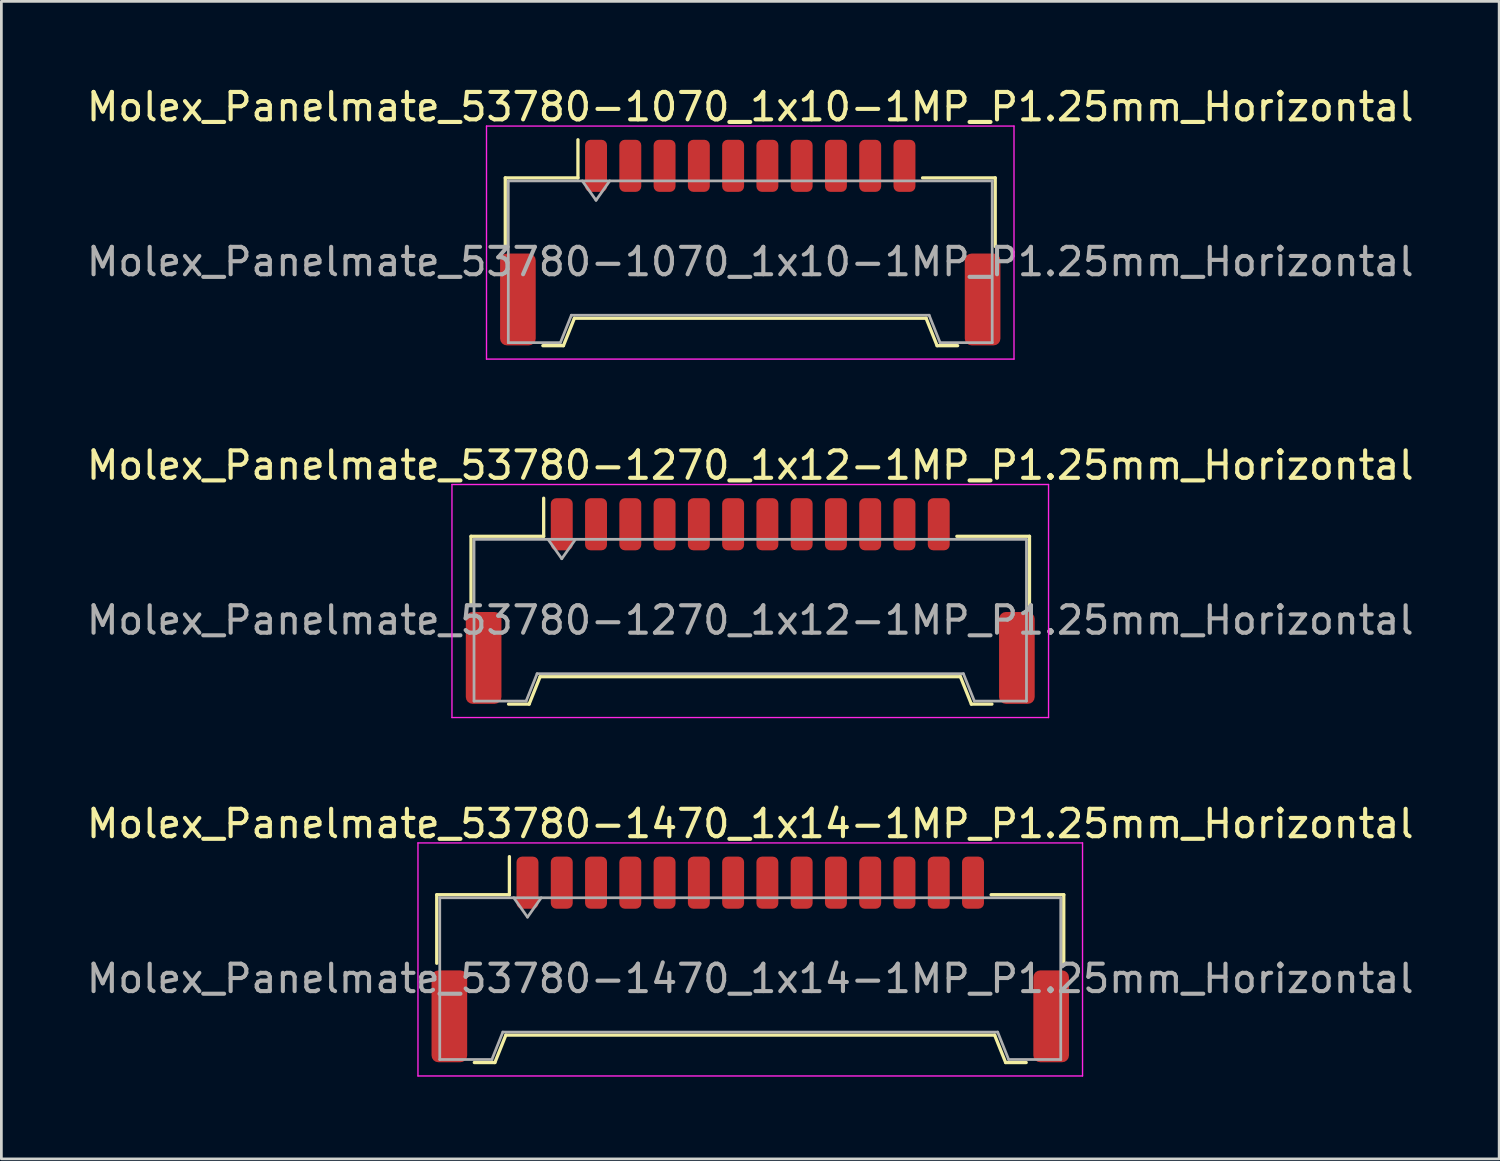
<source format=kicad_pcb>
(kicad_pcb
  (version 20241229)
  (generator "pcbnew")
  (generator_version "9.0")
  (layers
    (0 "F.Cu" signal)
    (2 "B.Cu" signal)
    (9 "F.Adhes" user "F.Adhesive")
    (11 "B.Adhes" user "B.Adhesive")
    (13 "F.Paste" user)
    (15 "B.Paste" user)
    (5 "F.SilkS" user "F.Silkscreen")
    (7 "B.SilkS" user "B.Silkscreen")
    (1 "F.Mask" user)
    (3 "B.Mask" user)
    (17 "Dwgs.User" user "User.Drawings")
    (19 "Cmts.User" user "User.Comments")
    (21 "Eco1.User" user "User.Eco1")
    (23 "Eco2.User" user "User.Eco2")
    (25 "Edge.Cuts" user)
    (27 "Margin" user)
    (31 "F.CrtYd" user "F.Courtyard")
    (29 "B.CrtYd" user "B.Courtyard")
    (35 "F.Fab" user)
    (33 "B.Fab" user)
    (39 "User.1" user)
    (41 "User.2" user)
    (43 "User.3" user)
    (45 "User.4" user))
  (footprint "Molex_Panelmate_53780-1470_1x14-1MP_P1.25mm_Horizontal"
    (layer "F.Cu")
    (at 24.315 31.945)
    (property "Reference" "Molex_Panelmate_53780-1470_1x14-1MP_P1.25mm_Horizontal" (at 0 -4.95 0) (layer "F.SilkS") (effects (font (size 1 1) (thickness 0.15))))
    (attr smd)
    (fp_line (start -11.435 -2.36) (end -8.785 -2.36) (stroke (width 0.12) (type solid)) (layer "F.SilkS"))
    (fp_line (start -11.435 0.14) (end -11.435 -2.36) (stroke (width 0.12) (type solid)) (layer "F.SilkS"))
    (fp_line (start -10.065 3.76) (end -9.315 3.76) (stroke (width 0.12) (type solid)) (layer "F.SilkS"))
    (fp_line (start -9.315 3.76) (end -8.915 2.76) (stroke (width 0.12) (type solid)) (layer "F.SilkS"))
    (fp_line (start -8.915 2.76) (end 8.915 2.76) (stroke (width 0.12) (type solid)) (layer "F.SilkS"))
    (fp_line (start -8.785 -2.36) (end -8.785 -3.75) (stroke (width 0.12) (type solid)) (layer "F.SilkS"))
    (fp_line (start 8.915 2.76) (end 9.315 3.76) (stroke (width 0.12) (type solid)) (layer "F.SilkS"))
    (fp_line (start 9.315 3.76) (end 10.065 3.76) (stroke (width 0.12) (type solid)) (layer "F.SilkS"))
    (fp_line (start 11.435 -2.36) (end 8.785 -2.36) (stroke (width 0.12) (type solid)) (layer "F.SilkS"))
    (fp_line (start 11.435 0.14) (end 11.435 -2.36) (stroke (width 0.12) (type solid)) (layer "F.SilkS"))
    (fp_line (start -12.12 -4.25) (end -12.12 4.25) (stroke (width 0.05) (type solid)) (layer "F.CrtYd"))
    (fp_line (start -12.12 4.25) (end 12.12 4.25) (stroke (width 0.05) (type solid)) (layer "F.CrtYd"))
    (fp_line (start 12.12 -4.25) (end -12.12 -4.25) (stroke (width 0.05) (type solid)) (layer "F.CrtYd"))
    (fp_line (start 12.12 4.25) (end 12.12 -4.25) (stroke (width 0.05) (type solid)) (layer "F.CrtYd"))
    (fp_line (start -11.325 -2.25) (end -11.325 3.65) (stroke (width 0.1) (type solid)) (layer "F.Fab"))
    (fp_line (start -11.325 -2.25) (end 11.325 -2.25) (stroke (width 0.1) (type solid)) (layer "F.Fab"))
    (fp_line (start -11.325 3.65) (end -9.425 3.65) (stroke (width 0.1) (type solid)) (layer "F.Fab"))
    (fp_line (start -9.425 3.65) (end -9.025 2.65) (stroke (width 0.1) (type solid)) (layer "F.Fab"))
    (fp_line (start -9.025 2.65) (end 9.025 2.65) (stroke (width 0.1) (type solid)) (layer "F.Fab"))
    (fp_line (start -8.625 -2.25) (end -8.125 -1.543) (stroke (width 0.1) (type solid)) (layer "F.Fab"))
    (fp_line (start -8.125 -1.543) (end -7.625 -2.25) (stroke (width 0.1) (type solid)) (layer "F.Fab"))
    (fp_line (start 9.025 2.65) (end 9.425 3.65) (stroke (width 0.1) (type solid)) (layer "F.Fab"))
    (fp_line (start 9.425 3.65) (end 11.325 3.65) (stroke (width 0.1) (type solid)) (layer "F.Fab"))
    (fp_line (start 11.325 -2.25) (end 11.325 3.65) (stroke (width 0.1) (type solid)) (layer "F.Fab"))
    (fp_text user "${REFERENCE}" (at 0 0.7 0) (layer "F.Fab") (effects (font (size 1 1) (thickness 0.15))))
    (pad "1" smd roundrect (at -8.125 -2.8) (size 0.8 1.9) (layers "F.Cu" "F.Mask" "F.Paste") (roundrect_rratio 0.25))
    (pad "2" smd roundrect (at -6.875 -2.8) (size 0.8 1.9) (layers "F.Cu" "F.Mask" "F.Paste") (roundrect_rratio 0.25))
    (pad "3" smd roundrect (at -5.625 -2.8) (size 0.8 1.9) (layers "F.Cu" "F.Mask" "F.Paste") (roundrect_rratio 0.25))
    (pad "4" smd roundrect (at -4.375 -2.8) (size 0.8 1.9) (layers "F.Cu" "F.Mask" "F.Paste") (roundrect_rratio 0.25))
    (pad "5" smd roundrect (at -3.125 -2.8) (size 0.8 1.9) (layers "F.Cu" "F.Mask" "F.Paste") (roundrect_rratio 0.25))
    (pad "6" smd roundrect (at -1.875 -2.8) (size 0.8 1.9) (layers "F.Cu" "F.Mask" "F.Paste") (roundrect_rratio 0.25))
    (pad "7" smd roundrect (at -0.625 -2.8) (size 0.8 1.9) (layers "F.Cu" "F.Mask" "F.Paste") (roundrect_rratio 0.25))
    (pad "8" smd roundrect (at 0.625 -2.8) (size 0.8 1.9) (layers "F.Cu" "F.Mask" "F.Paste") (roundrect_rratio 0.25))
    (pad "9" smd roundrect (at 1.875 -2.8) (size 0.8 1.9) (layers "F.Cu" "F.Mask" "F.Paste") (roundrect_rratio 0.25))
    (pad "10" smd roundrect (at 3.125 -2.8) (size 0.8 1.9) (layers "F.Cu" "F.Mask" "F.Paste") (roundrect_rratio 0.25))
    (pad "11" smd roundrect (at 4.375 -2.8) (size 0.8 1.9) (layers "F.Cu" "F.Mask" "F.Paste") (roundrect_rratio 0.25))
    (pad "12" smd roundrect (at 5.625 -2.8) (size 0.8 1.9) (layers "F.Cu" "F.Mask" "F.Paste") (roundrect_rratio 0.25))
    (pad "13" smd roundrect (at 6.875 -2.8) (size 0.8 1.9) (layers "F.Cu" "F.Mask" "F.Paste") (roundrect_rratio 0.25))
    (pad "14" smd roundrect (at 8.125 -2.8) (size 0.8 1.9) (layers "F.Cu" "F.Mask" "F.Paste") (roundrect_rratio 0.25))
    (pad "MP" smd roundrect (at -10.975 2.075) (size 1.3 3.35) (layers "F.Cu" "F.Mask" "F.Paste") (roundrect_rratio 0.192))
    (pad "MP" smd roundrect (at 10.975 2.075) (size 1.3 3.35) (layers "F.Cu" "F.Mask" "F.Paste") (roundrect_rratio 0.192)))
  (footprint "Molex_Panelmate_53780-1070_1x10-1MP_P1.25mm_Horizontal"
    (layer "F.Cu")
    (at 24.315 5.798)
    (property "Reference" "Molex_Panelmate_53780-1070_1x10-1MP_P1.25mm_Horizontal" (at 0 -4.95 0) (layer "F.SilkS") (effects (font (size 1 1) (thickness 0.15))))
    (attr smd)
    (fp_line (start -8.935 -2.36) (end -6.285 -2.36) (stroke (width 0.12) (type solid)) (layer "F.SilkS"))
    (fp_line (start -8.935 0.14) (end -8.935 -2.36) (stroke (width 0.12) (type solid)) (layer "F.SilkS"))
    (fp_line (start -7.565 3.76) (end -6.815 3.76) (stroke (width 0.12) (type solid)) (layer "F.SilkS"))
    (fp_line (start -6.815 3.76) (end -6.415 2.76) (stroke (width 0.12) (type solid)) (layer "F.SilkS"))
    (fp_line (start -6.415 2.76) (end 6.415 2.76) (stroke (width 0.12) (type solid)) (layer "F.SilkS"))
    (fp_line (start -6.285 -2.36) (end -6.285 -3.75) (stroke (width 0.12) (type solid)) (layer "F.SilkS"))
    (fp_line (start 6.415 2.76) (end 6.815 3.76) (stroke (width 0.12) (type solid)) (layer "F.SilkS"))
    (fp_line (start 6.815 3.76) (end 7.565 3.76) (stroke (width 0.12) (type solid)) (layer "F.SilkS"))
    (fp_line (start 8.935 -2.36) (end 6.285 -2.36) (stroke (width 0.12) (type solid)) (layer "F.SilkS"))
    (fp_line (start 8.935 0.14) (end 8.935 -2.36) (stroke (width 0.12) (type solid)) (layer "F.SilkS"))
    (fp_line (start -9.62 -4.25) (end -9.62 4.25) (stroke (width 0.05) (type solid)) (layer "F.CrtYd"))
    (fp_line (start -9.62 4.25) (end 9.62 4.25) (stroke (width 0.05) (type solid)) (layer "F.CrtYd"))
    (fp_line (start 9.62 -4.25) (end -9.62 -4.25) (stroke (width 0.05) (type solid)) (layer "F.CrtYd"))
    (fp_line (start 9.62 4.25) (end 9.62 -4.25) (stroke (width 0.05) (type solid)) (layer "F.CrtYd"))
    (fp_line (start -8.825 -2.25) (end -8.825 3.65) (stroke (width 0.1) (type solid)) (layer "F.Fab"))
    (fp_line (start -8.825 -2.25) (end 8.825 -2.25) (stroke (width 0.1) (type solid)) (layer "F.Fab"))
    (fp_line (start -8.825 3.65) (end -6.925 3.65) (stroke (width 0.1) (type solid)) (layer "F.Fab"))
    (fp_line (start -6.925 3.65) (end -6.525 2.65) (stroke (width 0.1) (type solid)) (layer "F.Fab"))
    (fp_line (start -6.525 2.65) (end 6.525 2.65) (stroke (width 0.1) (type solid)) (layer "F.Fab"))
    (fp_line (start -6.125 -2.25) (end -5.625 -1.543) (stroke (width 0.1) (type solid)) (layer "F.Fab"))
    (fp_line (start -5.625 -1.543) (end -5.125 -2.25) (stroke (width 0.1) (type solid)) (layer "F.Fab"))
    (fp_line (start 6.525 2.65) (end 6.925 3.65) (stroke (width 0.1) (type solid)) (layer "F.Fab"))
    (fp_line (start 6.925 3.65) (end 8.825 3.65) (stroke (width 0.1) (type solid)) (layer "F.Fab"))
    (fp_line (start 8.825 -2.25) (end 8.825 3.65) (stroke (width 0.1) (type solid)) (layer "F.Fab"))
    (fp_text user "${REFERENCE}" (at 0 0.7 0) (layer "F.Fab") (effects (font (size 1 1) (thickness 0.15))))
    (pad "1" smd roundrect (at -5.625 -2.8) (size 0.8 1.9) (layers "F.Cu" "F.Mask" "F.Paste") (roundrect_rratio 0.25))
    (pad "2" smd roundrect (at -4.375 -2.8) (size 0.8 1.9) (layers "F.Cu" "F.Mask" "F.Paste") (roundrect_rratio 0.25))
    (pad "3" smd roundrect (at -3.125 -2.8) (size 0.8 1.9) (layers "F.Cu" "F.Mask" "F.Paste") (roundrect_rratio 0.25))
    (pad "4" smd roundrect (at -1.875 -2.8) (size 0.8 1.9) (layers "F.Cu" "F.Mask" "F.Paste") (roundrect_rratio 0.25))
    (pad "5" smd roundrect (at -0.625 -2.8) (size 0.8 1.9) (layers "F.Cu" "F.Mask" "F.Paste") (roundrect_rratio 0.25))
    (pad "6" smd roundrect (at 0.625 -2.8) (size 0.8 1.9) (layers "F.Cu" "F.Mask" "F.Paste") (roundrect_rratio 0.25))
    (pad "7" smd roundrect (at 1.875 -2.8) (size 0.8 1.9) (layers "F.Cu" "F.Mask" "F.Paste") (roundrect_rratio 0.25))
    (pad "8" smd roundrect (at 3.125 -2.8) (size 0.8 1.9) (layers "F.Cu" "F.Mask" "F.Paste") (roundrect_rratio 0.25))
    (pad "9" smd roundrect (at 4.375 -2.8) (size 0.8 1.9) (layers "F.Cu" "F.Mask" "F.Paste") (roundrect_rratio 0.25))
    (pad "10" smd roundrect (at 5.625 -2.8) (size 0.8 1.9) (layers "F.Cu" "F.Mask" "F.Paste") (roundrect_rratio 0.25))
    (pad "MP" smd roundrect (at -8.475 2.075) (size 1.3 3.35) (layers "F.Cu" "F.Mask" "F.Paste") (roundrect_rratio 0.192))
    (pad "MP" smd roundrect (at 8.475 2.075) (size 1.3 3.35) (layers "F.Cu" "F.Mask" "F.Paste") (roundrect_rratio 0.192)))
  (footprint "Molex_Panelmate_53780-1270_1x12-1MP_P1.25mm_Horizontal"
    (layer "F.Cu")
    (at 24.315 18.872)
    (property "Reference" "Molex_Panelmate_53780-1270_1x12-1MP_P1.25mm_Horizontal" (at 0 -4.95 0) (layer "F.SilkS") (effects (font (size 1 1) (thickness 0.15))))
    (attr smd)
    (fp_line (start -10.185 -2.36) (end -7.535 -2.36) (stroke (width 0.12) (type solid)) (layer "F.SilkS"))
    (fp_line (start -10.185 0.14) (end -10.185 -2.36) (stroke (width 0.12) (type solid)) (layer "F.SilkS"))
    (fp_line (start -8.815 3.76) (end -8.065 3.76) (stroke (width 0.12) (type solid)) (layer "F.SilkS"))
    (fp_line (start -8.065 3.76) (end -7.665 2.76) (stroke (width 0.12) (type solid)) (layer "F.SilkS"))
    (fp_line (start -7.665 2.76) (end 7.665 2.76) (stroke (width 0.12) (type solid)) (layer "F.SilkS"))
    (fp_line (start -7.535 -2.36) (end -7.535 -3.75) (stroke (width 0.12) (type solid)) (layer "F.SilkS"))
    (fp_line (start 7.665 2.76) (end 8.065 3.76) (stroke (width 0.12) (type solid)) (layer "F.SilkS"))
    (fp_line (start 8.065 3.76) (end 8.815 3.76) (stroke (width 0.12) (type solid)) (layer "F.SilkS"))
    (fp_line (start 10.185 -2.36) (end 7.535 -2.36) (stroke (width 0.12) (type solid)) (layer "F.SilkS"))
    (fp_line (start 10.185 0.14) (end 10.185 -2.36) (stroke (width 0.12) (type solid)) (layer "F.SilkS"))
    (fp_line (start -10.88 -4.25) (end -10.88 4.25) (stroke (width 0.05) (type solid)) (layer "F.CrtYd"))
    (fp_line (start -10.88 4.25) (end 10.88 4.25) (stroke (width 0.05) (type solid)) (layer "F.CrtYd"))
    (fp_line (start 10.88 -4.25) (end -10.88 -4.25) (stroke (width 0.05) (type solid)) (layer "F.CrtYd"))
    (fp_line (start 10.88 4.25) (end 10.88 -4.25) (stroke (width 0.05) (type solid)) (layer "F.CrtYd"))
    (fp_line (start -10.075 -2.25) (end -10.075 3.65) (stroke (width 0.1) (type solid)) (layer "F.Fab"))
    (fp_line (start -10.075 -2.25) (end 10.075 -2.25) (stroke (width 0.1) (type solid)) (layer "F.Fab"))
    (fp_line (start -10.075 3.65) (end -8.175 3.65) (stroke (width 0.1) (type solid)) (layer "F.Fab"))
    (fp_line (start -8.175 3.65) (end -7.775 2.65) (stroke (width 0.1) (type solid)) (layer "F.Fab"))
    (fp_line (start -7.775 2.65) (end 7.775 2.65) (stroke (width 0.1) (type solid)) (layer "F.Fab"))
    (fp_line (start -7.375 -2.25) (end -6.875 -1.543) (stroke (width 0.1) (type solid)) (layer "F.Fab"))
    (fp_line (start -6.875 -1.543) (end -6.375 -2.25) (stroke (width 0.1) (type solid)) (layer "F.Fab"))
    (fp_line (start 7.775 2.65) (end 8.175 3.65) (stroke (width 0.1) (type solid)) (layer "F.Fab"))
    (fp_line (start 8.175 3.65) (end 10.075 3.65) (stroke (width 0.1) (type solid)) (layer "F.Fab"))
    (fp_line (start 10.075 -2.25) (end 10.075 3.65) (stroke (width 0.1) (type solid)) (layer "F.Fab"))
    (fp_text user "${REFERENCE}" (at 0 0.7 0) (layer "F.Fab") (effects (font (size 1 1) (thickness 0.15))))
    (pad "1" smd roundrect (at -6.875 -2.8) (size 0.8 1.9) (layers "F.Cu" "F.Mask" "F.Paste") (roundrect_rratio 0.25))
    (pad "2" smd roundrect (at -5.625 -2.8) (size 0.8 1.9) (layers "F.Cu" "F.Mask" "F.Paste") (roundrect_rratio 0.25))
    (pad "3" smd roundrect (at -4.375 -2.8) (size 0.8 1.9) (layers "F.Cu" "F.Mask" "F.Paste") (roundrect_rratio 0.25))
    (pad "4" smd roundrect (at -3.125 -2.8) (size 0.8 1.9) (layers "F.Cu" "F.Mask" "F.Paste") (roundrect_rratio 0.25))
    (pad "5" smd roundrect (at -1.875 -2.8) (size 0.8 1.9) (layers "F.Cu" "F.Mask" "F.Paste") (roundrect_rratio 0.25))
    (pad "6" smd roundrect (at -0.625 -2.8) (size 0.8 1.9) (layers "F.Cu" "F.Mask" "F.Paste") (roundrect_rratio 0.25))
    (pad "7" smd roundrect (at 0.625 -2.8) (size 0.8 1.9) (layers "F.Cu" "F.Mask" "F.Paste") (roundrect_rratio 0.25))
    (pad "8" smd roundrect (at 1.875 -2.8) (size 0.8 1.9) (layers "F.Cu" "F.Mask" "F.Paste") (roundrect_rratio 0.25))
    (pad "9" smd roundrect (at 3.125 -2.8) (size 0.8 1.9) (layers "F.Cu" "F.Mask" "F.Paste") (roundrect_rratio 0.25))
    (pad "10" smd roundrect (at 4.375 -2.8) (size 0.8 1.9) (layers "F.Cu" "F.Mask" "F.Paste") (roundrect_rratio 0.25))
    (pad "11" smd roundrect (at 5.625 -2.8) (size 0.8 1.9) (layers "F.Cu" "F.Mask" "F.Paste") (roundrect_rratio 0.25))
    (pad "12" smd roundrect (at 6.875 -2.8) (size 0.8 1.9) (layers "F.Cu" "F.Mask" "F.Paste") (roundrect_rratio 0.25))
    (pad "MP" smd roundrect (at -9.725 2.075) (size 1.3 3.35) (layers "F.Cu" "F.Mask" "F.Paste") (roundrect_rratio 0.192))
    (pad "MP" smd roundrect (at 9.725 2.075) (size 1.3 3.35) (layers "F.Cu" "F.Mask" "F.Paste") (roundrect_rratio 0.192)))
  (gr_rect
    (start -3 -3)
    (end 51.631 39.22)
    (stroke (width 0.1) (type default))
    (fill no)
    (layer "Edge.Cuts")))
</source>
